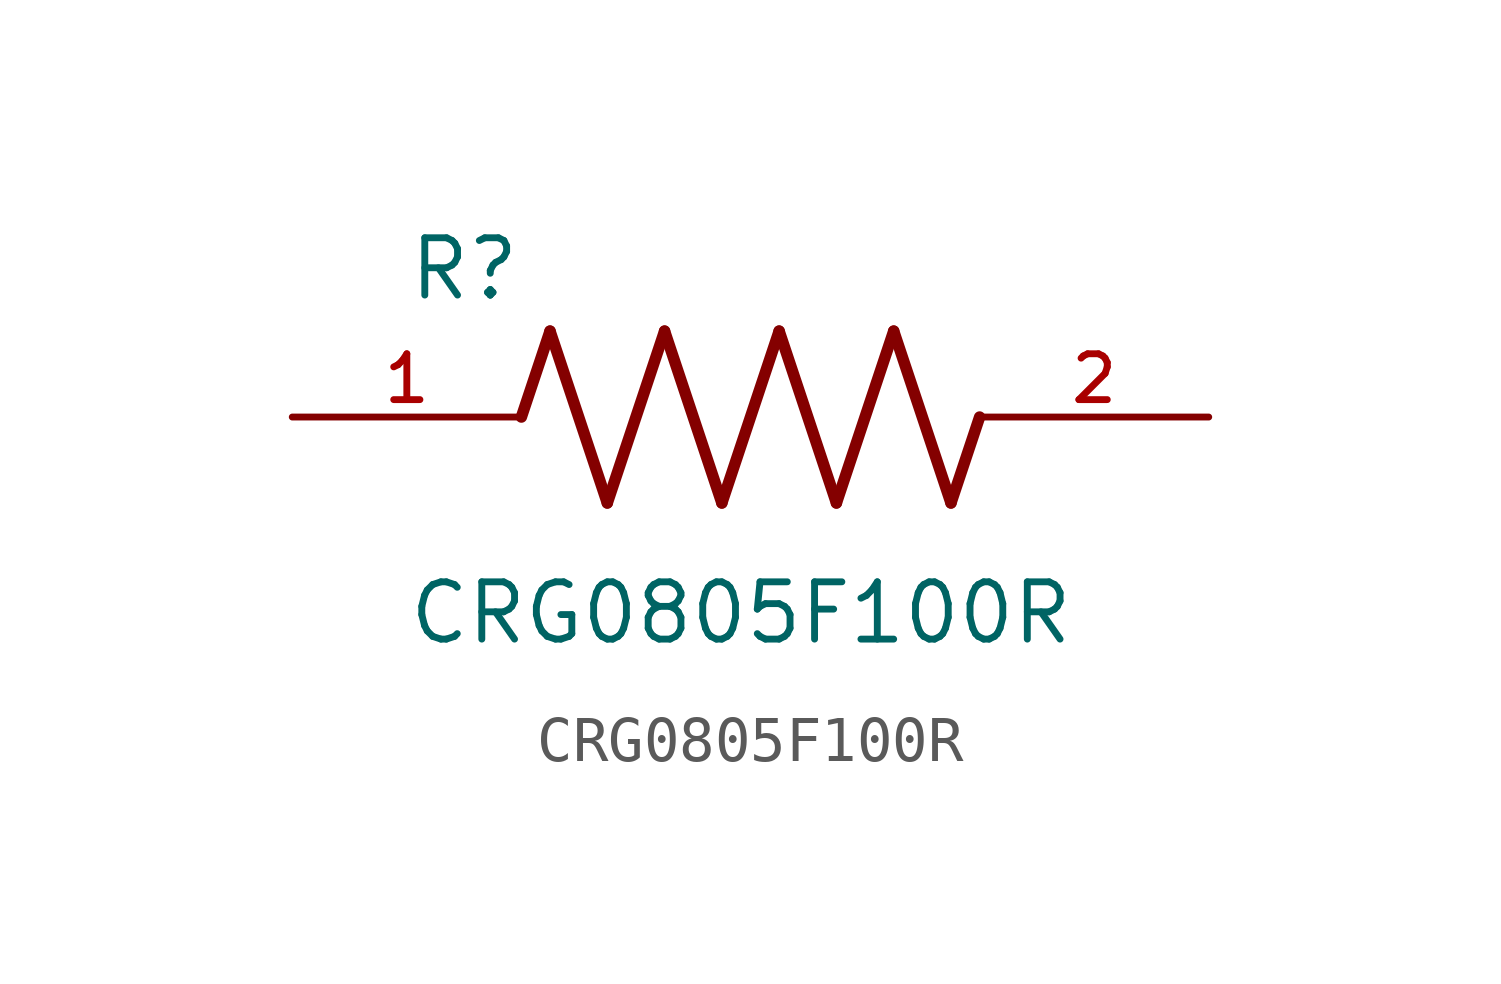
<source format=kicad_sym>
(kicad_symbol_lib
  (version 20211014)
  (generator kicad_symbol_editor)
  (symbol "CRG0805F100R"
    (pin_names
      (offset 1.016))
    (property "Reference" "R"
      (at -7.624 2.541 0)
      (effects (font (size 1.27 1.27)) (justify bottom left)))
    (property "Value" "CRG0805F100R"
      (at -7.63 -5.087 0)
      (effects (font (size 1.27 1.27)) (justify bottom left)))
    (symbol "CRG0805F100R_0_0"
      (polyline (pts (xy -5.08 0.0) (xy -4.445 1.905)) (stroke (width 0.254)))
      (polyline (pts (xy -4.445 1.905) (xy -3.175 -1.905)) (stroke (width 0.254)))
      (polyline (pts (xy -3.175 -1.905) (xy -1.905 1.905)) (stroke (width 0.254)))
      (polyline (pts (xy -1.905 1.905) (xy -0.635 -1.905)) (stroke (width 0.254)))
      (polyline (pts (xy -0.635 -1.905) (xy 0.635 1.905)) (stroke (width 0.254)))
      (polyline (pts (xy 0.635 1.905) (xy 1.905 -1.905)) (stroke (width 0.254)))
      (polyline (pts (xy 1.905 -1.905) (xy 3.175 1.905)) (stroke (width 0.254)))
      (polyline (pts (xy 3.175 1.905) (xy 4.445 -1.905)) (stroke (width 0.254)))
      (polyline (pts (xy 4.445 -1.905) (xy 5.08 0.0)) (stroke (width 0.254)))
      (pin passive line (at -10.16 0.0 0) (length 5.08) (name "~" (effects (font (size 1.016 1.016)))) (number "1" (effects (font (size 1.016 1.016)))))
      (pin passive line (at 10.16 0.0 180.0) (length 5.08) (name "~" (effects (font (size 1.016 1.016)))) (number "2" (effects (font (size 1.016 1.016))))))))
</source>
